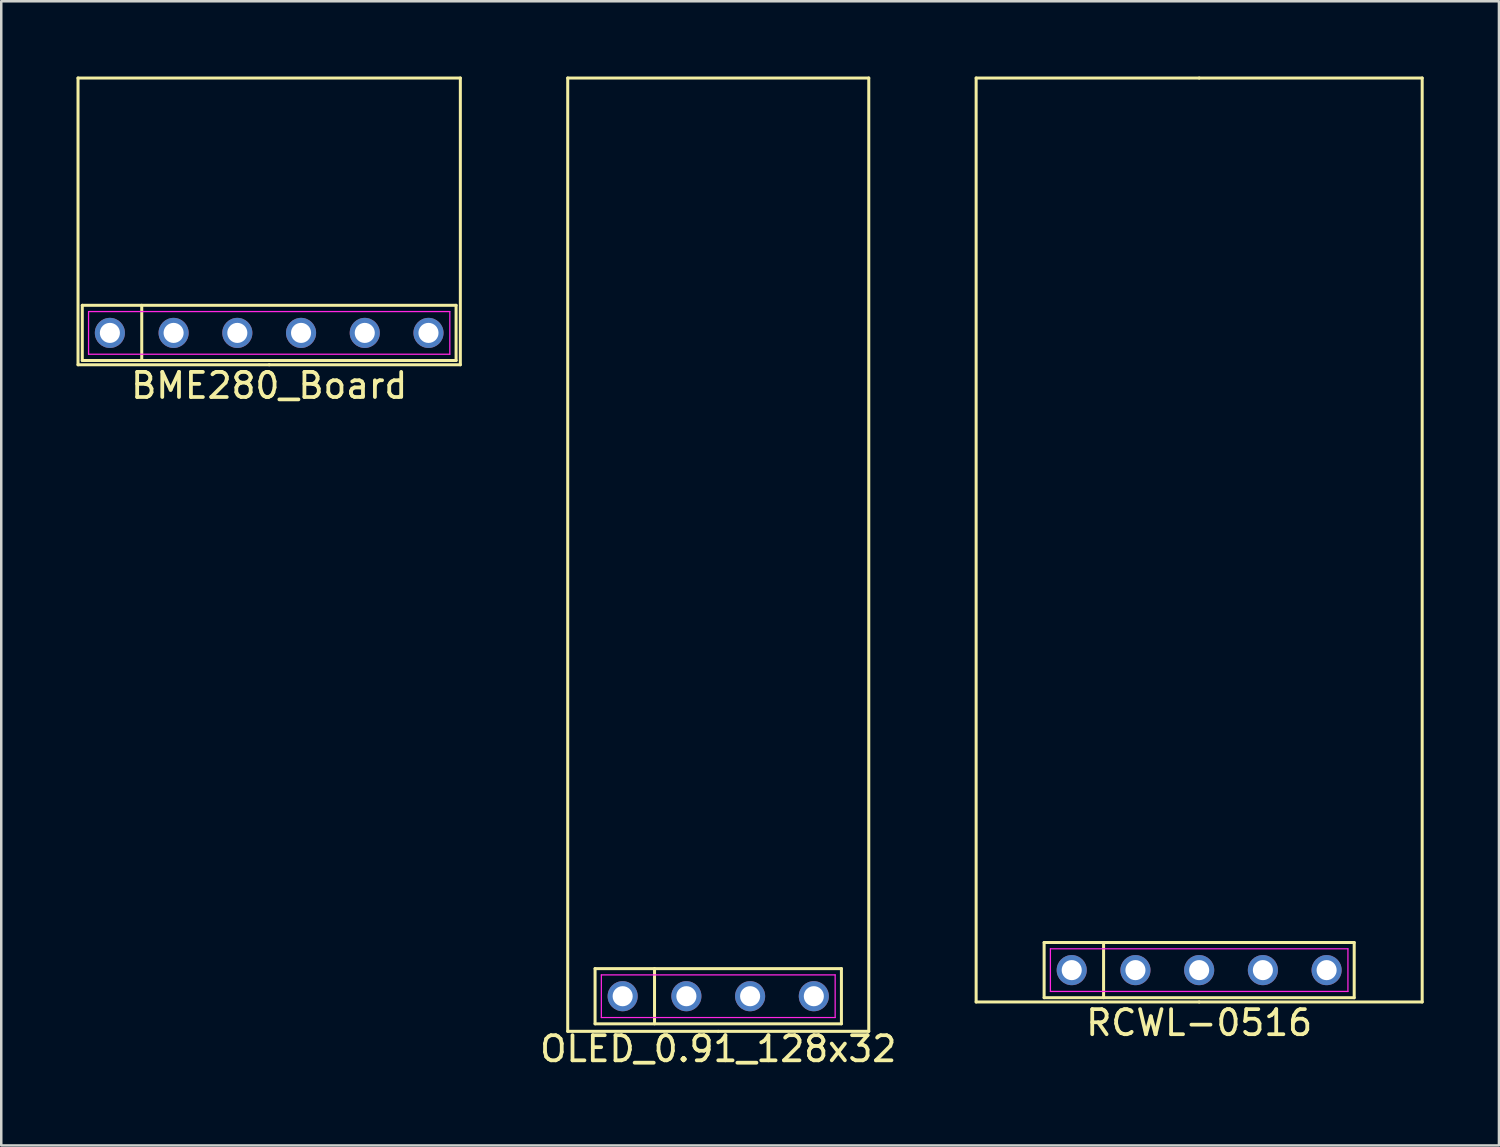
<source format=kicad_pcb>
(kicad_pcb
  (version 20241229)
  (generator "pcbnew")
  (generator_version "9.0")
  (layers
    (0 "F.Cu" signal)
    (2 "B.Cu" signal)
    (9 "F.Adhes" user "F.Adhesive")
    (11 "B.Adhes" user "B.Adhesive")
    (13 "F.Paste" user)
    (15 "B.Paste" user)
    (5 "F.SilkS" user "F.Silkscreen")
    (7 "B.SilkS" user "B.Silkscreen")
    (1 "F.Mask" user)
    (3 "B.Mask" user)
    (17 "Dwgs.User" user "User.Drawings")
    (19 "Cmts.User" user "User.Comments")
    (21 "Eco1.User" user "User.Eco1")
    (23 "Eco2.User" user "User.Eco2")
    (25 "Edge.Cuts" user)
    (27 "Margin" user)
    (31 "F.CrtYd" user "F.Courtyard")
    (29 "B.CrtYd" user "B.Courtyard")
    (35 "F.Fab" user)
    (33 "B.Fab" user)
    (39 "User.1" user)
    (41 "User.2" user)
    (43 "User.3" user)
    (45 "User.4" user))
  (footprint "RCWL-0516"
    (layer "F.Cu")
    (at 44.75 35.62)
    (property "Reference" "RCWL-0516" (at 0 2.1 0) (layer "F.SilkS") (effects (font (size 1 1) (thickness 0.15))))
    (attr through_hole)
    (fp_line (start -8.89 -35.56) (end -8.89 1.27) (stroke (width 0.12) (type solid)) (layer "F.SilkS"))
    (fp_line (start -8.89 1.27) (end 0 1.27) (stroke (width 0.12) (type solid)) (layer "F.SilkS"))
    (fp_line (start -6.18 -1.1) (end 6.18 -1.1) (stroke (width 0.12) (type solid)) (layer "F.SilkS"))
    (fp_line (start -6.18 1.1) (end -6.18 -1.1) (stroke (width 0.12) (type solid)) (layer "F.SilkS"))
    (fp_line (start -3.81 -1.1) (end -3.81 1.1) (stroke (width 0.12) (type solid)) (layer "F.SilkS"))
    (fp_line (start 0 -35.56) (end -8.89 -35.56) (stroke (width 0.12) (type solid)) (layer "F.SilkS"))
    (fp_line (start 0 1.27) (end 8.89 1.27) (stroke (width 0.12) (type solid)) (layer "F.SilkS"))
    (fp_line (start 6.18 -1.1) (end 6.18 1.1) (stroke (width 0.12) (type solid)) (layer "F.SilkS"))
    (fp_line (start 6.18 1.1) (end -6.18 1.1) (stroke (width 0.12) (type solid)) (layer "F.SilkS"))
    (fp_line (start 8.89 -35.56) (end 0 -35.56) (stroke (width 0.12) (type solid)) (layer "F.SilkS"))
    (fp_line (start 8.89 1.27) (end 8.89 -35.56) (stroke (width 0.12) (type solid)) (layer "F.SilkS"))
    (fp_line (start -5.93 -0.85) (end 5.93 -0.85) (stroke (width 0.05) (type solid)) (layer "F.CrtYd"))
    (fp_line (start -5.93 0.85) (end -5.93 -0.85) (stroke (width 0.05) (type solid)) (layer "F.CrtYd"))
    (fp_line (start 5.93 -0.85) (end 5.93 0.85) (stroke (width 0.05) (type solid)) (layer "F.CrtYd"))
    (fp_line (start 5.93 0.85) (end -5.93 0.85) (stroke (width 0.05) (type solid)) (layer "F.CrtYd"))
    (pad "1" thru_hole circle (at -5.08 0) (size 1.2 1.2) (drill 0.8) (layers "*.Cu" "*.Mask"))
    (pad "2" thru_hole circle (at -2.54 0) (size 1.2 1.2) (drill 0.8) (layers "*.Cu" "*.Mask"))
    (pad "3" thru_hole circle (at 0 0) (size 1.2 1.2) (drill 0.8) (layers "*.Cu" "*.Mask"))
    (pad "4" thru_hole circle (at 2.54 0) (size 1.2 1.2) (drill 0.8) (layers "*.Cu" "*.Mask"))
    (pad "5" thru_hole circle (at 5.08 0) (size 1.2 1.2) (drill 0.8) (layers "*.Cu" "*.Mask")))
  (footprint "OLED_0.91_128x32"
    (layer "F.Cu")
    (at 25.58 36.66)
    (property "Reference" "OLED_0.91_128x32" (at 0 2.1 0) (layer "F.SilkS") (effects (font (size 1 1) (thickness 0.15))))
    (attr through_hole)
    (fp_line (start -6 -36.6) (end -6 1.4) (stroke (width 0.12) (type solid)) (layer "F.SilkS"))
    (fp_line (start -4.91 -1.1) (end 4.91 -1.1) (stroke (width 0.12) (type solid)) (layer "F.SilkS"))
    (fp_line (start -4.91 1.1) (end -4.91 -1.1) (stroke (width 0.12) (type solid)) (layer "F.SilkS"))
    (fp_line (start -2.54 -1.1) (end -2.54 1.1) (stroke (width 0.12) (type solid)) (layer "F.SilkS"))
    (fp_line (start 0 1.4) (end -6 1.4) (stroke (width 0.12) (type solid)) (layer "F.SilkS"))
    (fp_line (start 0 1.4) (end 6 1.4) (stroke (width 0.12) (type solid)) (layer "F.SilkS"))
    (fp_line (start 4.91 -1.1) (end 4.91 1.1) (stroke (width 0.12) (type solid)) (layer "F.SilkS"))
    (fp_line (start 4.91 1.1) (end -4.91 1.1) (stroke (width 0.12) (type solid)) (layer "F.SilkS"))
    (fp_line (start 6 -36.6) (end -6 -36.6) (stroke (width 0.12) (type solid)) (layer "F.SilkS"))
    (fp_line (start 6 1.4) (end 6 -36.6) (stroke (width 0.12) (type solid)) (layer "F.SilkS"))
    (fp_line (start -4.66 -0.85) (end 4.66 -0.85) (stroke (width 0.05) (type solid)) (layer "F.CrtYd"))
    (fp_line (start -4.66 0.85) (end -4.66 -0.85) (stroke (width 0.05) (type solid)) (layer "F.CrtYd"))
    (fp_line (start 4.66 -0.85) (end 4.66 0.85) (stroke (width 0.05) (type solid)) (layer "F.CrtYd"))
    (fp_line (start 4.66 0.85) (end -4.66 0.85) (stroke (width 0.05) (type solid)) (layer "F.CrtYd"))
    (pad "1" thru_hole circle (at -3.81 0) (size 1.2 1.2) (drill 0.8) (layers "*.Cu" "*.Mask"))
    (pad "2" thru_hole circle (at -1.27 0) (size 1.2 1.2) (drill 0.8) (layers "*.Cu" "*.Mask"))
    (pad "3" thru_hole circle (at 1.27 0) (size 1.2 1.2) (drill 0.8) (layers "*.Cu" "*.Mask"))
    (pad "4" thru_hole circle (at 3.81 0) (size 1.2 1.2) (drill 0.8) (layers "*.Cu" "*.Mask")))
  (footprint "BME280_Board"
    (layer "F.Cu")
    (at 7.68 10.22)
    (property "Reference" "BME280_Board" (at 0 2.1 0) (layer "F.SilkS") (effects (font (size 1 1) (thickness 0.15))))
    (attr through_hole)
    (fp_line (start -7.62 -10.16) (end -7.62 1.27) (stroke (width 0.12) (type solid)) (layer "F.SilkS"))
    (fp_line (start -7.62 1.27) (end 0 1.27) (stroke (width 0.12) (type solid)) (layer "F.SilkS"))
    (fp_line (start -7.45 -1.1) (end 7.45 -1.1) (stroke (width 0.12) (type solid)) (layer "F.SilkS"))
    (fp_line (start -7.45 1.1) (end -7.45 -1.1) (stroke (width 0.12) (type solid)) (layer "F.SilkS"))
    (fp_line (start -5.08 -1.1) (end -5.08 1.1) (stroke (width 0.12) (type solid)) (layer "F.SilkS"))
    (fp_line (start 0 1.27) (end 7.62 1.27) (stroke (width 0.12) (type solid)) (layer "F.SilkS"))
    (fp_line (start 7.45 -1.1) (end 7.45 1.1) (stroke (width 0.12) (type solid)) (layer "F.SilkS"))
    (fp_line (start 7.45 1.1) (end -7.45 1.1) (stroke (width 0.12) (type solid)) (layer "F.SilkS"))
    (fp_line (start 7.62 -10.16) (end -7.62 -10.16) (stroke (width 0.12) (type solid)) (layer "F.SilkS"))
    (fp_line (start 7.62 1.27) (end 7.62 -10.16) (stroke (width 0.12) (type solid)) (layer "F.SilkS"))
    (fp_line (start -7.2 -0.85) (end 7.2 -0.85) (stroke (width 0.05) (type solid)) (layer "F.CrtYd"))
    (fp_line (start -7.2 0.85) (end -7.2 -0.85) (stroke (width 0.05) (type solid)) (layer "F.CrtYd"))
    (fp_line (start 7.2 -0.85) (end 7.2 0.85) (stroke (width 0.05) (type solid)) (layer "F.CrtYd"))
    (fp_line (start 7.2 0.85) (end -7.2 0.85) (stroke (width 0.05) (type solid)) (layer "F.CrtYd"))
    (pad "1" thru_hole circle (at -6.35 0) (size 1.2 1.2) (drill 0.8) (layers "*.Cu" "*.Mask"))
    (pad "2" thru_hole circle (at -3.81 0) (size 1.2 1.2) (drill 0.8) (layers "*.Cu" "*.Mask"))
    (pad "3" thru_hole circle (at -1.27 0) (size 1.2 1.2) (drill 0.8) (layers "*.Cu" "*.Mask"))
    (pad "4" thru_hole circle (at 1.27 0) (size 1.2 1.2) (drill 0.8) (layers "*.Cu" "*.Mask"))
    (pad "5" thru_hole circle (at 3.81 0) (size 1.2 1.2) (drill 0.8) (layers "*.Cu" "*.Mask"))
    (pad "6" thru_hole circle (at 6.35 0) (size 1.2 1.2) (drill 0.8) (layers "*.Cu" "*.Mask")))
  (gr_rect
    (start -3 -3)
    (end 56.7 42.608)
    (stroke (width 0.1) (type default))
    (fill no)
    (layer "Edge.Cuts")))
</source>
